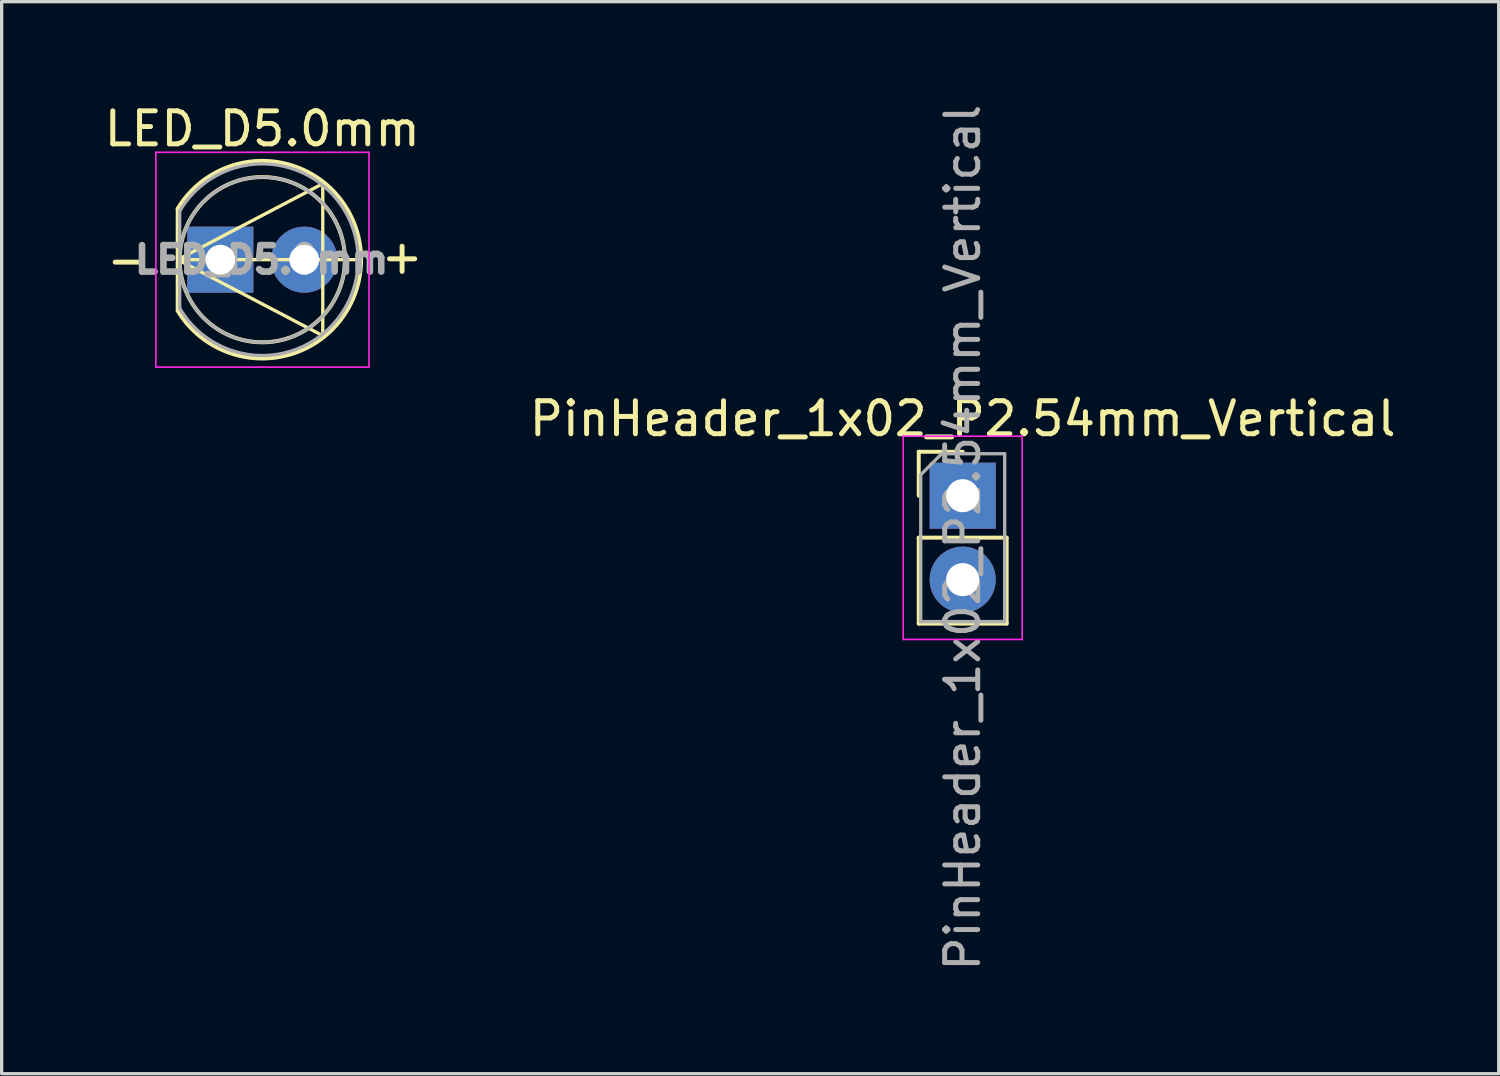
<source format=kicad_pcb>
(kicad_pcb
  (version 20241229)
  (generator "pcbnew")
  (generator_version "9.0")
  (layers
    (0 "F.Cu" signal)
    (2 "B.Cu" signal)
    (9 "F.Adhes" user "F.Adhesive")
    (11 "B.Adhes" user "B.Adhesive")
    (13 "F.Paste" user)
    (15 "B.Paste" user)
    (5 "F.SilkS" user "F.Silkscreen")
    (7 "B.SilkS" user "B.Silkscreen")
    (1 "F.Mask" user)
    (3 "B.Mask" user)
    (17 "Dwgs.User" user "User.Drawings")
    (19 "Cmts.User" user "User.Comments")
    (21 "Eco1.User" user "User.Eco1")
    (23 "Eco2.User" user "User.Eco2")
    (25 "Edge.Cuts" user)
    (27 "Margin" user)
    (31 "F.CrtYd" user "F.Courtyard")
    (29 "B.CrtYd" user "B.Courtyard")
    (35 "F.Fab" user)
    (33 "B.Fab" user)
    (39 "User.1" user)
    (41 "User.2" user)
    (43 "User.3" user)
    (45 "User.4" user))
  (footprint "PinHeader_1x02_P2.54mm_Vertical"
    (layer "F.Cu")
    (at 26.081 11.95)
    (property "Reference" "PinHeader_1x02_P2.54mm_Vertical" (at 0 -2.33 0) (layer "F.SilkS") (effects (font (size 1 1) (thickness 0.15))))
    (attr through_hole)
    (fp_line (start -1.33 -1.33) (end 0 -1.33) (stroke (width 0.12) (type solid)) (layer "F.SilkS"))
    (fp_line (start -1.33 0) (end -1.33 -1.33) (stroke (width 0.12) (type solid)) (layer "F.SilkS"))
    (fp_line (start -1.33 1.27) (end -1.33 3.87) (stroke (width 0.12) (type solid)) (layer "F.SilkS"))
    (fp_line (start -1.33 1.27) (end 1.33 1.27) (stroke (width 0.12) (type solid)) (layer "F.SilkS"))
    (fp_line (start -1.33 3.87) (end 1.33 3.87) (stroke (width 0.12) (type solid)) (layer "F.SilkS"))
    (fp_line (start 1.33 1.27) (end 1.33 3.87) (stroke (width 0.12) (type solid)) (layer "F.SilkS"))
    (fp_line (start -1.8 -1.8) (end -1.8 4.35) (stroke (width 0.05) (type solid)) (layer "F.CrtYd"))
    (fp_line (start -1.8 4.35) (end 1.8 4.35) (stroke (width 0.05) (type solid)) (layer "F.CrtYd"))
    (fp_line (start 1.8 -1.8) (end -1.8 -1.8) (stroke (width 0.05) (type solid)) (layer "F.CrtYd"))
    (fp_line (start 1.8 4.35) (end 1.8 -1.8) (stroke (width 0.05) (type solid)) (layer "F.CrtYd"))
    (fp_line (start -1.27 -0.635) (end -0.635 -1.27) (stroke (width 0.1) (type solid)) (layer "F.Fab"))
    (fp_line (start -1.27 3.81) (end -1.27 -0.635) (stroke (width 0.1) (type solid)) (layer "F.Fab"))
    (fp_line (start -0.635 -1.27) (end 1.27 -1.27) (stroke (width 0.1) (type solid)) (layer "F.Fab"))
    (fp_line (start 1.27 -1.27) (end 1.27 3.81) (stroke (width 0.1) (type solid)) (layer "F.Fab"))
    (fp_line (start 1.27 3.81) (end -1.27 3.81) (stroke (width 0.1) (type solid)) (layer "F.Fab"))
    (fp_text user "${REFERENCE}" (at 0 1.27 90) (layer "F.Fab") (effects (font (size 1 1) (thickness 0.15))))
    (pad "1" thru_hole rect (at 0 0) (size 2 2) (drill 1) (layers "*.Cu" "*.Mask"))
    (pad "2" thru_hole oval (at 0 2.54) (size 2 2) (drill 1) (layers "*.Cu" "*.Mask")))
  (footprint "LED_D5.0mm"
    (layer "F.Cu")
    (at 3.617 4.808)
    (property "Reference" "LED_D5.0mm" (at 1.27 -3.96 0) (layer "F.SilkS") (effects (font (size 1 1) (thickness 0.15))))
    (attr through_hole)
    (fp_line (start -1.29 -1.545) (end -1.29 1.545) (stroke (width 0.12) (type solid)) (layer "F.SilkS"))
    (fp_line (start -1.29 0) (end 3.1 -2.3) (stroke (width 0.1) (type default)) (layer "F.SilkS"))
    (fp_line (start 3.1 -2.3) (end 3.1 2.3) (stroke (width 0.1) (type default)) (layer "F.SilkS"))
    (fp_line (start 3.1 2.3) (end -1.29 0) (stroke (width 0.1) (type default)) (layer "F.SilkS"))
    (fp_line (start 4.26 -0.000462) (end -1.29 0) (stroke (width 0.1) (type default)) (layer "F.SilkS"))
    (fp_arc (start -1.29 -1.54483) (mid 2.072002 -2.880433) (end 4.26 0.000462) (stroke (width 0.12) (type solid)) (layer "F.SilkS"))
    (fp_arc (start 4.26 -0.000462) (mid 2.072002 2.880433) (end -1.29 1.54483) (stroke (width 0.12) (type solid)) (layer "F.SilkS"))
    (fp_circle (center 1.27 0) (end 3.77 0) (stroke (width 0.12) (type solid)) (fill no) (layer "F.SilkS"))
    (fp_line (start -1.95 -3.25) (end -1.95 3.25) (stroke (width 0.05) (type solid)) (layer "F.CrtYd"))
    (fp_line (start -1.95 3.25) (end 4.5 3.25) (stroke (width 0.05) (type solid)) (layer "F.CrtYd"))
    (fp_line (start 4.5 -3.25) (end -1.95 -3.25) (stroke (width 0.05) (type solid)) (layer "F.CrtYd"))
    (fp_line (start 4.5 3.25) (end 4.5 -3.25) (stroke (width 0.05) (type solid)) (layer "F.CrtYd"))
    (fp_line (start -1.23 -1.47) (end -1.23 1.47) (stroke (width 0.1) (type solid)) (layer "F.Fab"))
    (fp_arc (start -1.23 -1.469694) (mid 4.17 0.000016) (end -1.230016 1.469666) (stroke (width 0.1) (type solid)) (layer "F.Fab"))
    (fp_circle (center 1.27 0) (end 3.77 0) (stroke (width 0.1) (type solid)) (fill no) (layer "F.Fab"))
    (fp_text user "-" (at -2.8 0 0) (layer "F.SilkS") (effects (font (size 1 1) (thickness 0.15))))
    (fp_text user "+" (at 5.5 -0.1 0) (layer "F.SilkS") (effects (font (size 1 1) (thickness 0.15))))
    (fp_text user "${REFERENCE}" (at 1.25 0 0) (layer "F.Fab") (effects (font (size 0.8 0.8) (thickness 0.2))))
    (pad "1" thru_hole rect (at 0 0) (size 2 2) (drill 0.9) (layers "*.Cu" "*.Mask"))
    (pad "2" thru_hole circle (at 2.54 0) (size 2 2) (drill 0.9) (layers "*.Cu" "*.Mask")))
  (gr_rect
    (start -3 -3)
    (end 42.301 29.44)
    (stroke (width 0.1) (type default))
    (fill no)
    (layer "Edge.Cuts")))
</source>
